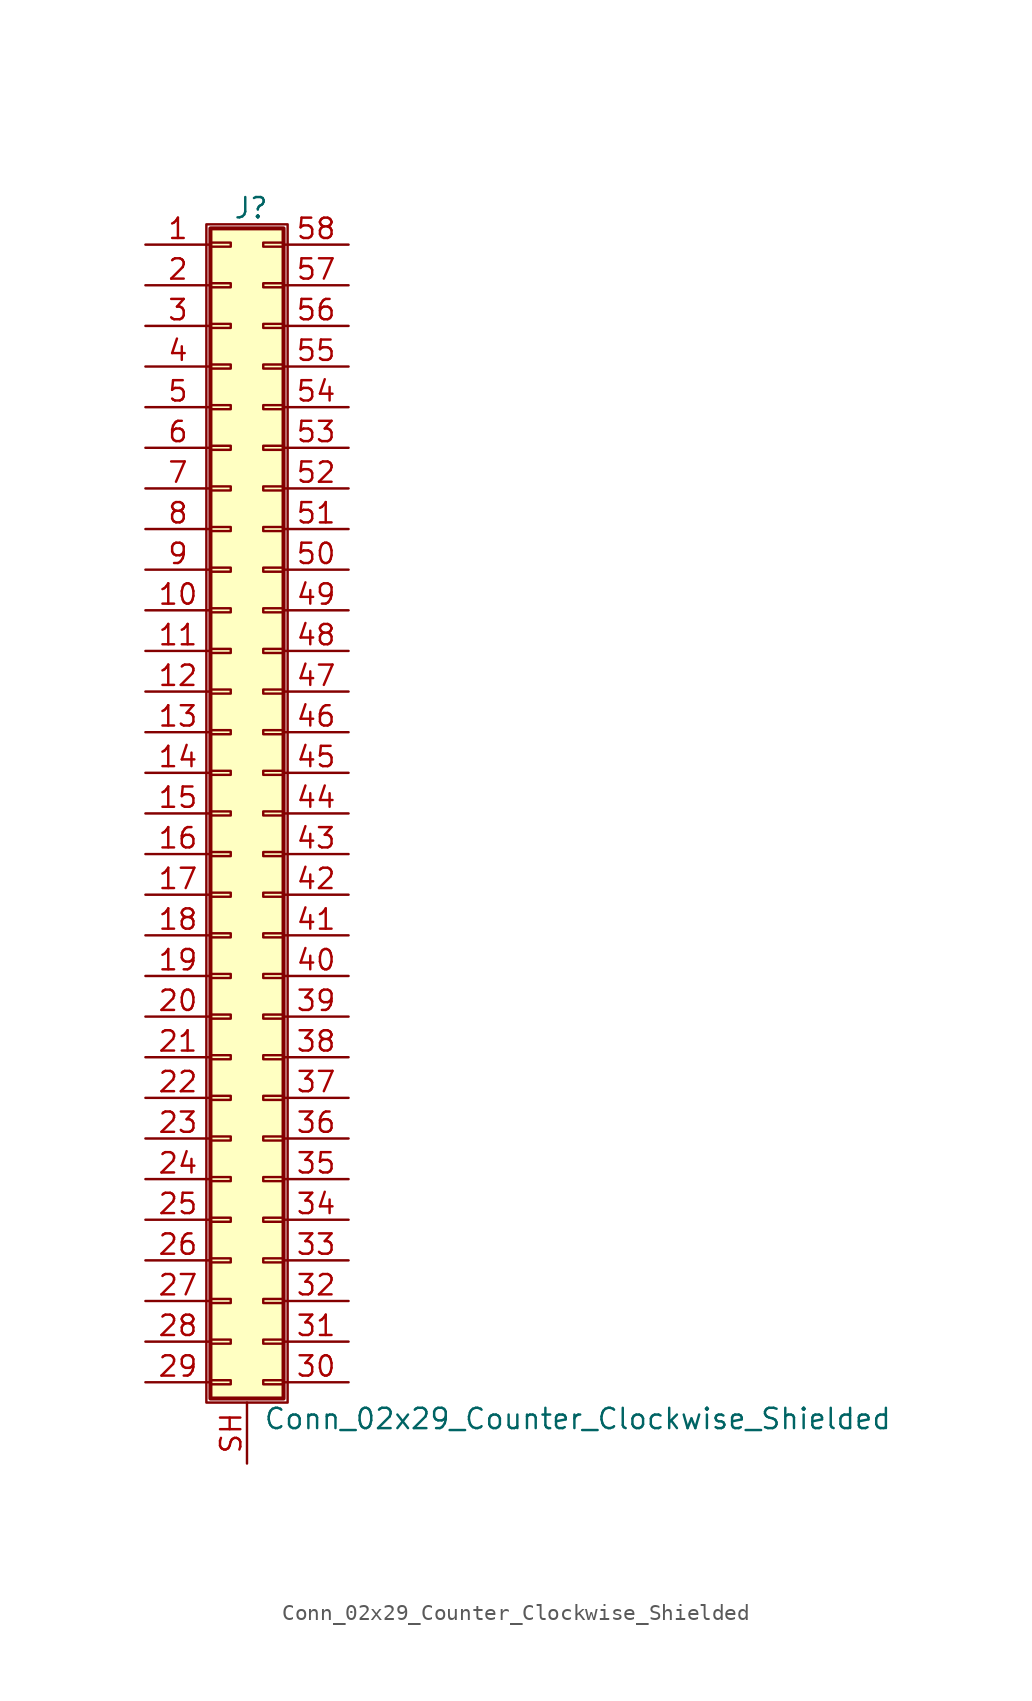
<source format=kicad_sym>
(kicad_symbol_lib
  (version 20201005)
  (generator kicad_symbol_editor)
  (symbol "Conn_02x29_Counter_Clockwise_Shielded"
    (pin_names
      (offset 1.016) hide)
    (property "Reference" "J"
      (at 1.524 37.846 0)
      (effects (font (size 1.27 1.27))))
    (property "Value" "Conn_02x29_Counter_Clockwise_Shielded"
      (at 2.286 -37.846 0)
      (effects (font (size 1.27 1.27)) (justify left)))
    (symbol "Conn_02x29_Counter_Clockwise_Shielded_1_1"
      (rectangle (start -1.27 36.83) (end 3.81 -36.83) (stroke (width 0.152)) (fill (type none)))
      (rectangle (start -1.016 -35.433) (end 0.254 -35.687) (stroke (width 0.152)) (fill (type none)))
      (rectangle (start -1.016 -32.893) (end 0.254 -33.147) (stroke (width 0.152)) (fill (type none)))
      (rectangle (start -1.016 -30.353) (end 0.254 -30.607) (stroke (width 0.152)) (fill (type none)))
      (rectangle (start -1.016 -27.813) (end 0.254 -28.067) (stroke (width 0.152)) (fill (type none)))
      (rectangle (start -1.016 -25.273) (end 0.254 -25.527) (stroke (width 0.152)) (fill (type none)))
      (rectangle (start -1.016 -22.733) (end 0.254 -22.987) (stroke (width 0.152)) (fill (type none)))
      (rectangle (start -1.016 -20.193) (end 0.254 -20.447) (stroke (width 0.152)) (fill (type none)))
      (rectangle (start -1.016 -17.653) (end 0.254 -17.907) (stroke (width 0.152)) (fill (type none)))
      (rectangle (start -1.016 -15.113) (end 0.254 -15.367) (stroke (width 0.152)) (fill (type none)))
      (rectangle (start -1.016 -12.573) (end 0.254 -12.827) (stroke (width 0.152)) (fill (type none)))
      (rectangle (start -1.016 -10.033) (end 0.254 -10.287) (stroke (width 0.152)) (fill (type none)))
      (rectangle (start -1.016 -7.493) (end 0.254 -7.747) (stroke (width 0.152)) (fill (type none)))
      (rectangle (start -1.016 -4.953) (end 0.254 -5.207) (stroke (width 0.152)) (fill (type none)))
      (rectangle (start -1.016 -2.413) (end 0.254 -2.667) (stroke (width 0.152)) (fill (type none)))
      (rectangle (start -1.016 0.127) (end 0.254 -0.127) (stroke (width 0.152)) (fill (type none)))
      (rectangle (start -1.016 2.667) (end 0.254 2.413) (stroke (width 0.152)) (fill (type none)))
      (rectangle (start -1.016 5.207) (end 0.254 4.953) (stroke (width 0.152)) (fill (type none)))
      (rectangle (start -1.016 7.747) (end 0.254 7.493) (stroke (width 0.152)) (fill (type none)))
      (rectangle (start -1.016 10.287) (end 0.254 10.033) (stroke (width 0.152)) (fill (type none)))
      (rectangle (start -1.016 12.827) (end 0.254 12.573) (stroke (width 0.152)) (fill (type none)))
      (rectangle (start -1.016 15.367) (end 0.254 15.113) (stroke (width 0.152)) (fill (type none)))
      (rectangle (start -1.016 17.907) (end 0.254 17.653) (stroke (width 0.152)) (fill (type none)))
      (rectangle (start -1.016 20.447) (end 0.254 20.193) (stroke (width 0.152)) (fill (type none)))
      (rectangle (start -1.016 22.987) (end 0.254 22.733) (stroke (width 0.152)) (fill (type none)))
      (rectangle (start -1.016 25.527) (end 0.254 25.273) (stroke (width 0.152)) (fill (type none)))
      (rectangle (start -1.016 28.067) (end 0.254 27.813) (stroke (width 0.152)) (fill (type none)))
      (rectangle (start -1.016 30.607) (end 0.254 30.353) (stroke (width 0.152)) (fill (type none)))
      (rectangle (start -1.016 33.147) (end 0.254 32.893) (stroke (width 0.152)) (fill (type none)))
      (rectangle (start -1.016 35.687) (end 0.254 35.433) (stroke (width 0.152)) (fill (type none)))
      (rectangle (start -1.016 36.576) (end 3.556 -36.576) (stroke (width 0.254)) (fill (type background)))
      (rectangle (start 3.556 -35.433) (end 2.286 -35.687) (stroke (width 0.152)) (fill (type none)))
      (rectangle (start 3.556 -32.893) (end 2.286 -33.147) (stroke (width 0.152)) (fill (type none)))
      (rectangle (start 3.556 -30.353) (end 2.286 -30.607) (stroke (width 0.152)) (fill (type none)))
      (rectangle (start 3.556 -27.813) (end 2.286 -28.067) (stroke (width 0.152)) (fill (type none)))
      (rectangle (start 3.556 -25.273) (end 2.286 -25.527) (stroke (width 0.152)) (fill (type none)))
      (rectangle (start 3.556 -22.733) (end 2.286 -22.987) (stroke (width 0.152)) (fill (type none)))
      (rectangle (start 3.556 -20.193) (end 2.286 -20.447) (stroke (width 0.152)) (fill (type none)))
      (rectangle (start 3.556 -17.653) (end 2.286 -17.907) (stroke (width 0.152)) (fill (type none)))
      (rectangle (start 3.556 -15.113) (end 2.286 -15.367) (stroke (width 0.152)) (fill (type none)))
      (rectangle (start 3.556 -12.573) (end 2.286 -12.827) (stroke (width 0.152)) (fill (type none)))
      (rectangle (start 3.556 -10.033) (end 2.286 -10.287) (stroke (width 0.152)) (fill (type none)))
      (rectangle (start 3.556 -7.493) (end 2.286 -7.747) (stroke (width 0.152)) (fill (type none)))
      (rectangle (start 3.556 -4.953) (end 2.286 -5.207) (stroke (width 0.152)) (fill (type none)))
      (rectangle (start 3.556 -2.413) (end 2.286 -2.667) (stroke (width 0.152)) (fill (type none)))
      (rectangle (start 3.556 0.127) (end 2.286 -0.127) (stroke (width 0.152)) (fill (type none)))
      (rectangle (start 3.556 2.667) (end 2.286 2.413) (stroke (width 0.152)) (fill (type none)))
      (rectangle (start 3.556 5.207) (end 2.286 4.953) (stroke (width 0.152)) (fill (type none)))
      (rectangle (start 3.556 7.747) (end 2.286 7.493) (stroke (width 0.152)) (fill (type none)))
      (rectangle (start 3.556 10.287) (end 2.286 10.033) (stroke (width 0.152)) (fill (type none)))
      (rectangle (start 3.556 12.827) (end 2.286 12.573) (stroke (width 0.152)) (fill (type none)))
      (rectangle (start 3.556 15.367) (end 2.286 15.113) (stroke (width 0.152)) (fill (type none)))
      (rectangle (start 3.556 17.907) (end 2.286 17.653) (stroke (width 0.152)) (fill (type none)))
      (rectangle (start 3.556 20.447) (end 2.286 20.193) (stroke (width 0.152)) (fill (type none)))
      (rectangle (start 3.556 22.987) (end 2.286 22.733) (stroke (width 0.152)) (fill (type none)))
      (rectangle (start 3.556 25.527) (end 2.286 25.273) (stroke (width 0.152)) (fill (type none)))
      (rectangle (start 3.556 28.067) (end 2.286 27.813) (stroke (width 0.152)) (fill (type none)))
      (rectangle (start 3.556 30.607) (end 2.286 30.353) (stroke (width 0.152)) (fill (type none)))
      (rectangle (start 3.556 33.147) (end 2.286 32.893) (stroke (width 0.152)) (fill (type none)))
      (rectangle (start 3.556 35.687) (end 2.286 35.433) (stroke (width 0.152)) (fill (type none)))
      (pin passive line (at -5.08 35.56 0) (length 4.064) (name "Pin_1" (effects (font (size 1.27 1.27)))) (number "1" (effects (font (size 1.27 1.27)))))
      (pin passive line (at -5.08 12.7 0) (length 4.064) (name "Pin_10" (effects (font (size 1.27 1.27)))) (number "10" (effects (font (size 1.27 1.27)))))
      (pin passive line (at -5.08 10.16 0) (length 4.064) (name "Pin_11" (effects (font (size 1.27 1.27)))) (number "11" (effects (font (size 1.27 1.27)))))
      (pin passive line (at -5.08 7.62 0) (length 4.064) (name "Pin_12" (effects (font (size 1.27 1.27)))) (number "12" (effects (font (size 1.27 1.27)))))
      (pin passive line (at -5.08 5.08 0) (length 4.064) (name "Pin_13" (effects (font (size 1.27 1.27)))) (number "13" (effects (font (size 1.27 1.27)))))
      (pin passive line (at -5.08 2.54 0) (length 4.064) (name "Pin_14" (effects (font (size 1.27 1.27)))) (number "14" (effects (font (size 1.27 1.27)))))
      (pin passive line (at -5.08 0 0) (length 4.064) (name "Pin_15" (effects (font (size 1.27 1.27)))) (number "15" (effects (font (size 1.27 1.27)))))
      (pin passive line (at -5.08 -2.54 0) (length 4.064) (name "Pin_16" (effects (font (size 1.27 1.27)))) (number "16" (effects (font (size 1.27 1.27)))))
      (pin passive line (at -5.08 -5.08 0) (length 4.064) (name "Pin_17" (effects (font (size 1.27 1.27)))) (number "17" (effects (font (size 1.27 1.27)))))
      (pin passive line (at -5.08 -7.62 0) (length 4.064) (name "Pin_18" (effects (font (size 1.27 1.27)))) (number "18" (effects (font (size 1.27 1.27)))))
      (pin passive line (at -5.08 -10.16 0) (length 4.064) (name "Pin_19" (effects (font (size 1.27 1.27)))) (number "19" (effects (font (size 1.27 1.27)))))
      (pin passive line (at -5.08 33.02 0) (length 4.064) (name "Pin_2" (effects (font (size 1.27 1.27)))) (number "2" (effects (font (size 1.27 1.27)))))
      (pin passive line (at -5.08 -12.7 0) (length 4.064) (name "Pin_20" (effects (font (size 1.27 1.27)))) (number "20" (effects (font (size 1.27 1.27)))))
      (pin passive line (at -5.08 -15.24 0) (length 4.064) (name "Pin_21" (effects (font (size 1.27 1.27)))) (number "21" (effects (font (size 1.27 1.27)))))
      (pin passive line (at -5.08 -17.78 0) (length 4.064) (name "Pin_22" (effects (font (size 1.27 1.27)))) (number "22" (effects (font (size 1.27 1.27)))))
      (pin passive line (at -5.08 -20.32 0) (length 4.064) (name "Pin_23" (effects (font (size 1.27 1.27)))) (number "23" (effects (font (size 1.27 1.27)))))
      (pin passive line (at -5.08 -22.86 0) (length 4.064) (name "Pin_24" (effects (font (size 1.27 1.27)))) (number "24" (effects (font (size 1.27 1.27)))))
      (pin passive line (at -5.08 -25.4 0) (length 4.064) (name "Pin_25" (effects (font (size 1.27 1.27)))) (number "25" (effects (font (size 1.27 1.27)))))
      (pin passive line (at -5.08 -27.94 0) (length 4.064) (name "Pin_26" (effects (font (size 1.27 1.27)))) (number "26" (effects (font (size 1.27 1.27)))))
      (pin passive line (at -5.08 -30.48 0) (length 4.064) (name "Pin_27" (effects (font (size 1.27 1.27)))) (number "27" (effects (font (size 1.27 1.27)))))
      (pin passive line (at -5.08 -33.02 0) (length 4.064) (name "Pin_28" (effects (font (size 1.27 1.27)))) (number "28" (effects (font (size 1.27 1.27)))))
      (pin passive line (at -5.08 -35.56 0) (length 4.064) (name "Pin_29" (effects (font (size 1.27 1.27)))) (number "29" (effects (font (size 1.27 1.27)))))
      (pin passive line (at -5.08 30.48 0) (length 4.064) (name "Pin_3" (effects (font (size 1.27 1.27)))) (number "3" (effects (font (size 1.27 1.27)))))
      (pin passive line (at 7.62 -35.56 180) (length 4.064) (name "Pin_30" (effects (font (size 1.27 1.27)))) (number "30" (effects (font (size 1.27 1.27)))))
      (pin passive line (at 7.62 -33.02 180) (length 4.064) (name "Pin_31" (effects (font (size 1.27 1.27)))) (number "31" (effects (font (size 1.27 1.27)))))
      (pin passive line (at 7.62 -30.48 180) (length 4.064) (name "Pin_32" (effects (font (size 1.27 1.27)))) (number "32" (effects (font (size 1.27 1.27)))))
      (pin passive line (at 7.62 -27.94 180) (length 4.064) (name "Pin_33" (effects (font (size 1.27 1.27)))) (number "33" (effects (font (size 1.27 1.27)))))
      (pin passive line (at 7.62 -25.4 180) (length 4.064) (name "Pin_34" (effects (font (size 1.27 1.27)))) (number "34" (effects (font (size 1.27 1.27)))))
      (pin passive line (at 7.62 -22.86 180) (length 4.064) (name "Pin_35" (effects (font (size 1.27 1.27)))) (number "35" (effects (font (size 1.27 1.27)))))
      (pin passive line (at 7.62 -20.32 180) (length 4.064) (name "Pin_36" (effects (font (size 1.27 1.27)))) (number "36" (effects (font (size 1.27 1.27)))))
      (pin passive line (at 7.62 -17.78 180) (length 4.064) (name "Pin_37" (effects (font (size 1.27 1.27)))) (number "37" (effects (font (size 1.27 1.27)))))
      (pin passive line (at 7.62 -15.24 180) (length 4.064) (name "Pin_38" (effects (font (size 1.27 1.27)))) (number "38" (effects (font (size 1.27 1.27)))))
      (pin passive line (at 7.62 -12.7 180) (length 4.064) (name "Pin_39" (effects (font (size 1.27 1.27)))) (number "39" (effects (font (size 1.27 1.27)))))
      (pin passive line (at -5.08 27.94 0) (length 4.064) (name "Pin_4" (effects (font (size 1.27 1.27)))) (number "4" (effects (font (size 1.27 1.27)))))
      (pin passive line (at 7.62 -10.16 180) (length 4.064) (name "Pin_40" (effects (font (size 1.27 1.27)))) (number "40" (effects (font (size 1.27 1.27)))))
      (pin passive line (at 7.62 -7.62 180) (length 4.064) (name "Pin_41" (effects (font (size 1.27 1.27)))) (number "41" (effects (font (size 1.27 1.27)))))
      (pin passive line (at 7.62 -5.08 180) (length 4.064) (name "Pin_42" (effects (font (size 1.27 1.27)))) (number "42" (effects (font (size 1.27 1.27)))))
      (pin passive line (at 7.62 -2.54 180) (length 4.064) (name "Pin_43" (effects (font (size 1.27 1.27)))) (number "43" (effects (font (size 1.27 1.27)))))
      (pin passive line (at 7.62 0 180) (length 4.064) (name "Pin_44" (effects (font (size 1.27 1.27)))) (number "44" (effects (font (size 1.27 1.27)))))
      (pin passive line (at 7.62 2.54 180) (length 4.064) (name "Pin_45" (effects (font (size 1.27 1.27)))) (number "45" (effects (font (size 1.27 1.27)))))
      (pin passive line (at 7.62 5.08 180) (length 4.064) (name "Pin_46" (effects (font (size 1.27 1.27)))) (number "46" (effects (font (size 1.27 1.27)))))
      (pin passive line (at 7.62 7.62 180) (length 4.064) (name "Pin_47" (effects (font (size 1.27 1.27)))) (number "47" (effects (font (size 1.27 1.27)))))
      (pin passive line (at 7.62 10.16 180) (length 4.064) (name "Pin_48" (effects (font (size 1.27 1.27)))) (number "48" (effects (font (size 1.27 1.27)))))
      (pin passive line (at 7.62 12.7 180) (length 4.064) (name "Pin_49" (effects (font (size 1.27 1.27)))) (number "49" (effects (font (size 1.27 1.27)))))
      (pin passive line (at -5.08 25.4 0) (length 4.064) (name "Pin_5" (effects (font (size 1.27 1.27)))) (number "5" (effects (font (size 1.27 1.27)))))
      (pin passive line (at 7.62 15.24 180) (length 4.064) (name "Pin_50" (effects (font (size 1.27 1.27)))) (number "50" (effects (font (size 1.27 1.27)))))
      (pin passive line (at 7.62 17.78 180) (length 4.064) (name "Pin_51" (effects (font (size 1.27 1.27)))) (number "51" (effects (font (size 1.27 1.27)))))
      (pin passive line (at 7.62 20.32 180) (length 4.064) (name "Pin_52" (effects (font (size 1.27 1.27)))) (number "52" (effects (font (size 1.27 1.27)))))
      (pin passive line (at 7.62 22.86 180) (length 4.064) (name "Pin_53" (effects (font (size 1.27 1.27)))) (number "53" (effects (font (size 1.27 1.27)))))
      (pin passive line (at 7.62 25.4 180) (length 4.064) (name "Pin_54" (effects (font (size 1.27 1.27)))) (number "54" (effects (font (size 1.27 1.27)))))
      (pin passive line (at 7.62 27.94 180) (length 4.064) (name "Pin_55" (effects (font (size 1.27 1.27)))) (number "55" (effects (font (size 1.27 1.27)))))
      (pin passive line (at 7.62 30.48 180) (length 4.064) (name "Pin_56" (effects (font (size 1.27 1.27)))) (number "56" (effects (font (size 1.27 1.27)))))
      (pin passive line (at 7.62 33.02 180) (length 4.064) (name "Pin_57" (effects (font (size 1.27 1.27)))) (number "57" (effects (font (size 1.27 1.27)))))
      (pin passive line (at 7.62 35.56 180) (length 4.064) (name "Pin_58" (effects (font (size 1.27 1.27)))) (number "58" (effects (font (size 1.27 1.27)))))
      (pin passive line (at -5.08 22.86 0) (length 4.064) (name "Pin_6" (effects (font (size 1.27 1.27)))) (number "6" (effects (font (size 1.27 1.27)))))
      (pin passive line (at -5.08 20.32 0) (length 4.064) (name "Pin_7" (effects (font (size 1.27 1.27)))) (number "7" (effects (font (size 1.27 1.27)))))
      (pin passive line (at -5.08 17.78 0) (length 4.064) (name "Pin_8" (effects (font (size 1.27 1.27)))) (number "8" (effects (font (size 1.27 1.27)))))
      (pin passive line (at -5.08 15.24 0) (length 4.064) (name "Pin_9" (effects (font (size 1.27 1.27)))) (number "9" (effects (font (size 1.27 1.27)))))
      (pin passive line (at 1.27 -40.64 90) (length 3.81) (name "Shield" (effects (font (size 1.27 1.27)))) (number "SH" (effects (font (size 1.27 1.27))))))))
</source>
